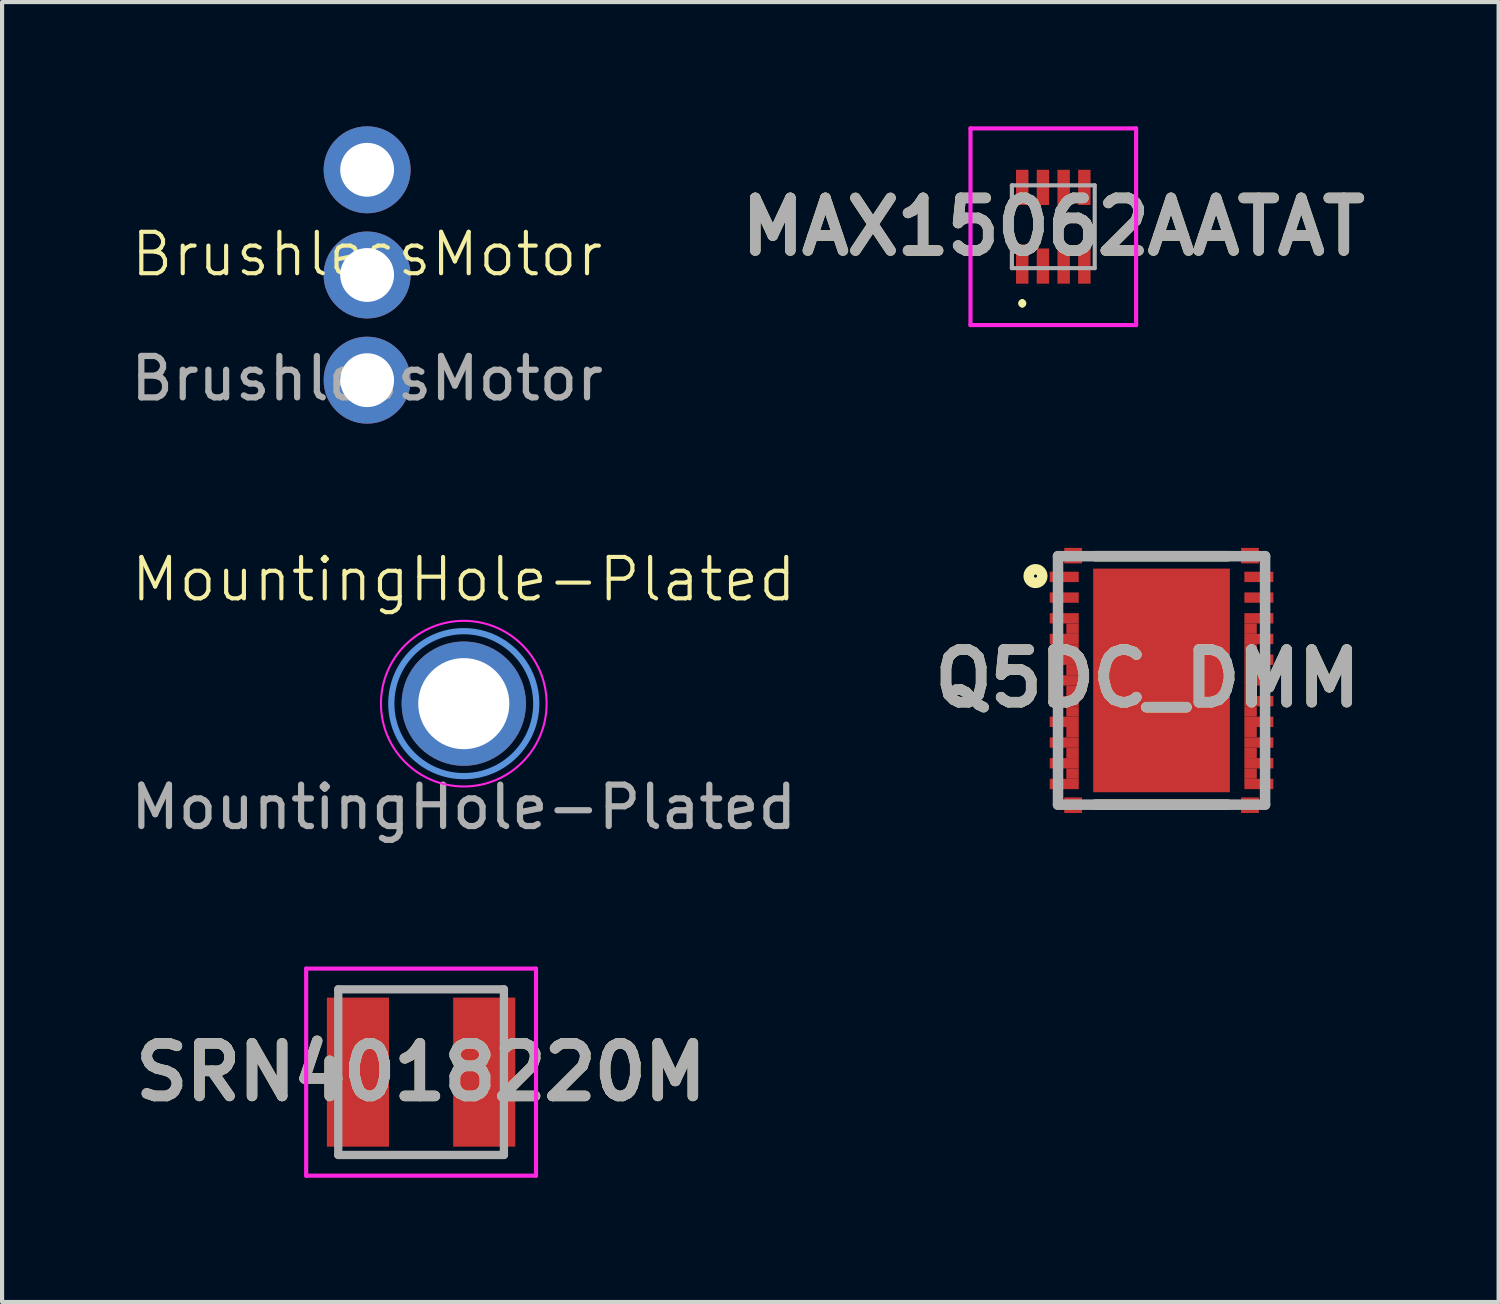
<source format=kicad_pcb>
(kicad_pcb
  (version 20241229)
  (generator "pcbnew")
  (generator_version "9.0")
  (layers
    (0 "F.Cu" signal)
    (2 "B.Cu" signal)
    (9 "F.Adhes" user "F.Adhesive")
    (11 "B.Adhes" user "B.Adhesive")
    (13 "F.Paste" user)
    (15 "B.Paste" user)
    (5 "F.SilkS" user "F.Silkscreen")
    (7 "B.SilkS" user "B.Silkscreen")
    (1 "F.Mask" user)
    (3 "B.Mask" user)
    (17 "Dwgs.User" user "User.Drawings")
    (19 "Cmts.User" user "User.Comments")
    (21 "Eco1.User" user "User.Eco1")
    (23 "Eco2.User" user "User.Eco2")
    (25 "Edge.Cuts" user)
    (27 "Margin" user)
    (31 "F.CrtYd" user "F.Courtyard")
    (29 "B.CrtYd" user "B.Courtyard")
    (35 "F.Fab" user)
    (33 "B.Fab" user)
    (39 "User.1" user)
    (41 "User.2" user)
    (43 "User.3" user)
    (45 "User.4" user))
  (footprint "MountingHole-Plated"
    (layer "F.Cu")
    (at 8.149 13.941)
    (property "Reference" "MountingHole-Plated" (at 0 -3 0) (unlocked yes) (layer "F.SilkS") (effects (font (size 1 1) (thickness 0.1))))
    (attr through_hole)
    (fp_circle (center 0 0) (end 1.75 0) (stroke (width 0.15) (type solid)) (fill no) (layer "Cmts.User"))
    (fp_circle (center 0 0) (end 2 0) (stroke (width 0.05) (type solid)) (fill no) (layer "F.CrtYd"))
    (fp_text user "${REFERENCE}" (at 0 2.5 0) (unlocked yes) (layer "F.Fab") (effects (font (size 1 1) (thickness 0.15))))
    (pad "1" thru_hole circle (at 0 0) (size 3 3) (drill 2.2) (layers "*.Cu" "*.Mask")))
  (footprint "SRN4018220M"
    (layer "F.Cu")
    (at 7.118 22.839)
    (property "Reference" "SRN4018220M" (at 0 0 0) (layer "F.SilkS") (effects (font (size 1.27 1.27) (thickness 0.254))))
    (attr smd)
    (fp_line (start -2 -2) (end 2 -2) (stroke (width 0.1) (type solid)) (layer "F.SilkS"))
    (fp_line (start -2 2) (end 2 2) (stroke (width 0.1) (type solid)) (layer "F.SilkS"))
    (fp_line (start -2.775 -2.5) (end 2.775 -2.5) (stroke (width 0.1) (type solid)) (layer "F.CrtYd"))
    (fp_line (start -2.775 2.5) (end -2.775 -2.5) (stroke (width 0.1) (type solid)) (layer "F.CrtYd"))
    (fp_line (start 2.775 -2.5) (end 2.775 2.5) (stroke (width 0.1) (type solid)) (layer "F.CrtYd"))
    (fp_line (start 2.775 2.5) (end -2.775 2.5) (stroke (width 0.1) (type solid)) (layer "F.CrtYd"))
    (fp_line (start -2 -2) (end 2 -2) (stroke (width 0.2) (type solid)) (layer "F.Fab"))
    (fp_line (start -2 2) (end -2 -2) (stroke (width 0.2) (type solid)) (layer "F.Fab"))
    (fp_line (start 2 -2) (end 2 2) (stroke (width 0.2) (type solid)) (layer "F.Fab"))
    (fp_line (start 2 2) (end -2 2) (stroke (width 0.2) (type solid)) (layer "F.Fab"))
    (fp_text user "${REFERENCE}" (at 0 0 0) (layer "F.Fab") (effects (font (size 1.27 1.27) (thickness 0.254))))
    (pad "1" smd rect (at -1.525 0) (size 1.5 3.6) (layers "F.Cu" "F.Mask" "F.Paste"))
    (pad "2" smd rect (at 1.525 0) (size 1.5 3.6) (layers "F.Cu" "F.Mask" "F.Paste")))
  (footprint "BrushlessMotor"
    (layer "F.Cu")
    (at 5.815 3.59)
    (property "Reference" "BrushlessMotor" (at 0 -0.5 0) (unlocked yes) (layer "F.SilkS") (effects (font (size 1 1) (thickness 0.1))))
    (attr through_hole)
    (fp_text user "${REFERENCE}" (at 0 2.5 0) (unlocked yes) (layer "F.Fab") (effects (font (size 1 1) (thickness 0.15))))
    (pad "1" thru_hole circle (at 0 -2.54) (size 2.1 2.1) (drill 1.3) (layers "*.Cu" "*.Mask"))
    (pad "2" thru_hole circle (at 0 0) (size 2.1 2.1) (drill 1.3) (layers "*.Cu" "*.Mask"))
    (pad "3" thru_hole circle (at 0 2.54) (size 2.1 2.1) (drill 1.3) (layers "*.Cu" "*.Mask")))
  (footprint "MAX15062AATAT"
    (layer "F.Cu")
    (at 22.384 2.425)
    (property "Reference" "MAX15062AATAT" (at 0 0 0) (layer "F.SilkS") (effects (font (size 1.27 1.27) (thickness 0.254))))
    (attr smd)
    (fp_line (start -0.75 1.8) (end -0.75 1.8) (stroke (width 0.1) (type solid)) (layer "F.SilkS"))
    (fp_line (start -0.75 1.9) (end -0.75 1.9) (stroke (width 0.1) (type solid)) (layer "F.SilkS"))
    (fp_arc (start -0.75 1.8) (mid -0.7 1.85) (end -0.75 1.9) (stroke (width 0.1) (type solid)) (layer "F.SilkS"))
    (fp_arc (start -0.75 1.9) (mid -0.8 1.85) (end -0.75 1.8) (stroke (width 0.1) (type solid)) (layer "F.SilkS"))
    (fp_line (start -2 -2.375) (end 2 -2.375) (stroke (width 0.1) (type solid)) (layer "F.CrtYd"))
    (fp_line (start -2 2.375) (end -2 -2.375) (stroke (width 0.1) (type solid)) (layer "F.CrtYd"))
    (fp_line (start 2 -2.375) (end 2 2.375) (stroke (width 0.1) (type solid)) (layer "F.CrtYd"))
    (fp_line (start 2 2.375) (end -2 2.375) (stroke (width 0.1) (type solid)) (layer "F.CrtYd"))
    (fp_line (start -1 -1) (end -1 1) (stroke (width 0.1) (type solid)) (layer "F.Fab"))
    (fp_line (start -1 1) (end 1 1) (stroke (width 0.1) (type solid)) (layer "F.Fab"))
    (fp_line (start 1 -1) (end -1 -1) (stroke (width 0.1) (type solid)) (layer "F.Fab"))
    (fp_line (start 1 1) (end 1 -1) (stroke (width 0.1) (type solid)) (layer "F.Fab"))
    (fp_text user "${REFERENCE}" (at 0 0 0) (layer "F.Fab") (effects (font (size 1.27 1.27) (thickness 0.254))))
    (pad "1" smd rect (at -0.75 0.9) (size 0.3 0.95) (layers "F.Cu" "F.Mask" "F.Paste"))
    (pad "2" smd rect (at -0.25 0.95) (size 0.3 0.85) (layers "F.Cu" "F.Mask" "F.Paste"))
    (pad "3" smd rect (at 0.25 0.95) (size 0.3 0.85) (layers "F.Cu" "F.Mask" "F.Paste"))
    (pad "4" smd rect (at 0.75 0.95) (size 0.3 0.85) (layers "F.Cu" "F.Mask" "F.Paste"))
    (pad "5" smd rect (at 0.75 -0.95) (size 0.3 0.85) (layers "F.Cu" "F.Mask" "F.Paste"))
    (pad "6" smd rect (at 0.25 -0.95) (size 0.3 0.85) (layers "F.Cu" "F.Mask" "F.Paste"))
    (pad "7" smd rect (at -0.25 -0.95) (size 0.3 0.85) (layers "F.Cu" "F.Mask" "F.Paste"))
    (pad "8" smd rect (at -0.75 -0.95) (size 0.3 0.85) (layers "F.Cu" "F.Mask" "F.Paste")))
  (footprint "Q5DC_DMM"
    (layer "F.Cu")
    (at 24.998 13.38)
    (property "Reference" "Q5DC_DMM" (at -0.336 -0.049 0) (layer "F.SilkS") (effects (font (size 1.27 1.27) (thickness 0.254))))
    (attr smd)
    (fp_line (start -1.6 -3) (end 1.6 -3) (stroke (width 0.254) (type solid)) (layer "F.SilkS"))
    (fp_line (start -1.6 3) (end 1.6 3) (stroke (width 0.254) (type solid)) (layer "F.SilkS"))
    (fp_circle (center -3.044 -2.519) (end -3.044 -2.482) (stroke (width 0.254) (type solid)) (fill no) (layer "F.SilkS"))
    (fp_line (start -2.5 -3) (end 2.5 -3) (stroke (width 0.254) (type solid)) (layer "F.Fab"))
    (fp_line (start -2.5 3) (end -2.5 -3) (stroke (width 0.254) (type solid)) (layer "F.Fab"))
    (fp_line (start 2.5 -3) (end 2.5 3) (stroke (width 0.254) (type solid)) (layer "F.Fab"))
    (fp_line (start 2.5 3) (end -2.5 3) (stroke (width 0.254) (type solid)) (layer "F.Fab"))
    (fp_text user "${REFERENCE}" (at -0.336 -0.049 0) (layer "F.Fab") (effects (font (size 1.27 1.27) (thickness 0.254))))
    (pad "1" smd rect (at -2.35 -2.5 90) (size 0.25 0.7) (layers "F.Cu" "F.Mask" "F.Paste"))
    (pad "2" smd rect (at -2.35 -2 90) (size 0.25 0.7) (layers "F.Cu" "F.Mask" "F.Paste"))
    (pad "3" smd rect (at -2.35 -1.5 90) (size 0.25 0.7) (layers "F.Cu" "F.Mask" "F.Paste"))
    (pad "4" smd rect (at -2.35 -1 90) (size 0.25 0.7) (layers "F.Cu" "F.Mask" "F.Paste"))
    (pad "5" smd rect (at -2.35 -0.5 90) (size 0.25 0.7) (layers "F.Cu" "F.Mask" "F.Paste"))
    (pad "6" smd rect (at -2.35 0 90) (size 0.25 0.7) (layers "F.Cu" "F.Mask" "F.Paste"))
    (pad "7" smd rect (at -2.35 0.5 90) (size 0.25 0.7) (layers "F.Cu" "F.Mask" "F.Paste"))
    (pad "8" smd rect (at -2.35 1 90) (size 0.25 0.7) (layers "F.Cu" "F.Mask" "F.Paste"))
    (pad "9" smd rect (at -2.35 1.5 90) (size 0.25 0.7) (layers "F.Cu" "F.Mask" "F.Paste"))
    (pad "10" smd rect (at -2.35 2 90) (size 0.25 0.7) (layers "F.Cu" "F.Mask" "F.Paste"))
    (pad "11" smd rect (at -2.35 2.5 90) (size 0.25 0.7) (layers "F.Cu" "F.Mask" "F.Paste"))
    (pad "12" smd rect (at 2.35 2.5 90) (size 0.25 0.7) (layers "F.Cu" "F.Mask" "F.Paste"))
    (pad "13" smd rect (at 2.35 2 90) (size 0.25 0.7) (layers "F.Cu" "F.Mask" "F.Paste"))
    (pad "14" smd rect (at 2.35 1.5 90) (size 0.25 0.7) (layers "F.Cu" "F.Mask" "F.Paste"))
    (pad "15" smd rect (at 2.35 1 90) (size 0.25 0.7) (layers "F.Cu" "F.Mask" "F.Paste"))
    (pad "16" smd rect (at 2.35 0.5 90) (size 0.25 0.7) (layers "F.Cu" "F.Mask" "F.Paste"))
    (pad "17" smd rect (at 2.35 0 90) (size 0.25 0.7) (layers "F.Cu" "F.Mask" "F.Paste"))
    (pad "18" smd rect (at 2.35 -0.5 90) (size 0.25 0.7) (layers "F.Cu" "F.Mask" "F.Paste"))
    (pad "19" smd rect (at 2.35 -1 90) (size 0.25 0.7) (layers "F.Cu" "F.Mask" "F.Paste"))
    (pad "20" smd rect (at 2.35 -1.5 90) (size 0.25 0.7) (layers "F.Cu" "F.Mask" "F.Paste"))
    (pad "21" smd rect (at 2.35 -2 90) (size 0.25 0.7) (layers "F.Cu" "F.Mask" "F.Paste"))
    (pad "22" smd rect (at 2.35 -2.5 90) (size 0.25 0.7) (layers "F.Cu" "F.Mask" "F.Paste"))
    (pad "23" smd rect (at -2.135 -3.013 90) (size 0.375 0.43) (layers "F.Cu" "F.Mask" "F.Paste"))
    (pad "24" smd rect (at -2.135 3.013 90) (size 0.375 0.43) (layers "F.Cu" "F.Mask" "F.Paste"))
    (pad "25" smd rect (at 2.135 3.013 90) (size 0.375 0.43) (layers "F.Cu" "F.Mask" "F.Paste"))
    (pad "26" smd rect (at 2.135 -3.013 90) (size 0.375 0.43) (layers "F.Cu" "F.Mask" "F.Paste"))
    (pad "27" smd rect (at 0 0) (size 3.3 5.4) (layers "F.Cu" "F.Mask" "F.Paste"))
    (pad "28" smd rect (at -2.15 -1.25 90) (size 0.25 0.3) (layers "F.Cu" "F.Mask" "F.Paste"))
    (pad "29" smd rect (at -2.15 -0.75 90) (size 0.25 0.3) (layers "F.Cu" "F.Mask" "F.Paste"))
    (pad "30" smd rect (at -2.15 -0.25 90) (size 0.25 0.3) (layers "F.Cu" "F.Mask" "F.Paste"))
    (pad "31" smd rect (at -2.15 0.25 90) (size 0.25 0.3) (layers "F.Cu" "F.Mask" "F.Paste"))
    (pad "32" smd rect (at -2.15 0.75 90) (size 0.25 0.3) (layers "F.Cu" "F.Mask" "F.Paste"))
    (pad "33" smd rect (at -2.15 1.25 90) (size 0.25 0.3) (layers "F.Cu" "F.Mask" "F.Paste"))
    (pad "34" smd rect (at -2.15 1.75 90) (size 0.25 0.3) (layers "F.Cu" "F.Mask" "F.Paste"))
    (pad "35" smd rect (at -2.15 2.25 90) (size 0.25 0.3) (layers "F.Cu" "F.Mask" "F.Paste"))
    (pad "36" smd rect (at 2.15 2.25 90) (size 0.25 0.3) (layers "F.Cu" "F.Mask" "F.Paste"))
    (pad "37" smd rect (at 2.15 1.75 90) (size 0.25 0.3) (layers "F.Cu" "F.Mask" "F.Paste"))
    (pad "38" smd rect (at 2.15 1.25 90) (size 0.25 0.3) (layers "F.Cu" "F.Mask" "F.Paste"))
    (pad "39" smd rect (at 2.15 0.75 90) (size 0.25 0.3) (layers "F.Cu" "F.Mask" "F.Paste"))
    (pad "40" smd rect (at 2.15 0.25 90) (size 0.25 0.3) (layers "F.Cu" "F.Mask" "F.Paste"))
    (pad "41" smd rect (at 2.15 -0.25 90) (size 0.25 0.3) (layers "F.Cu" "F.Mask" "F.Paste"))
    (pad "42" smd rect (at 2.15 -0.75 90) (size 0.25 0.3) (layers "F.Cu" "F.Mask" "F.Paste"))
    (pad "43" smd rect (at 2.15 -1.25 90) (size 0.25 0.3) (layers "F.Cu" "F.Mask" "F.Paste")))
  (gr_rect
    (start -3 -3)
    (end 33.137 28.389)
    (stroke (width 0.1) (type default))
    (fill no)
    (layer "Edge.Cuts")))
</source>
